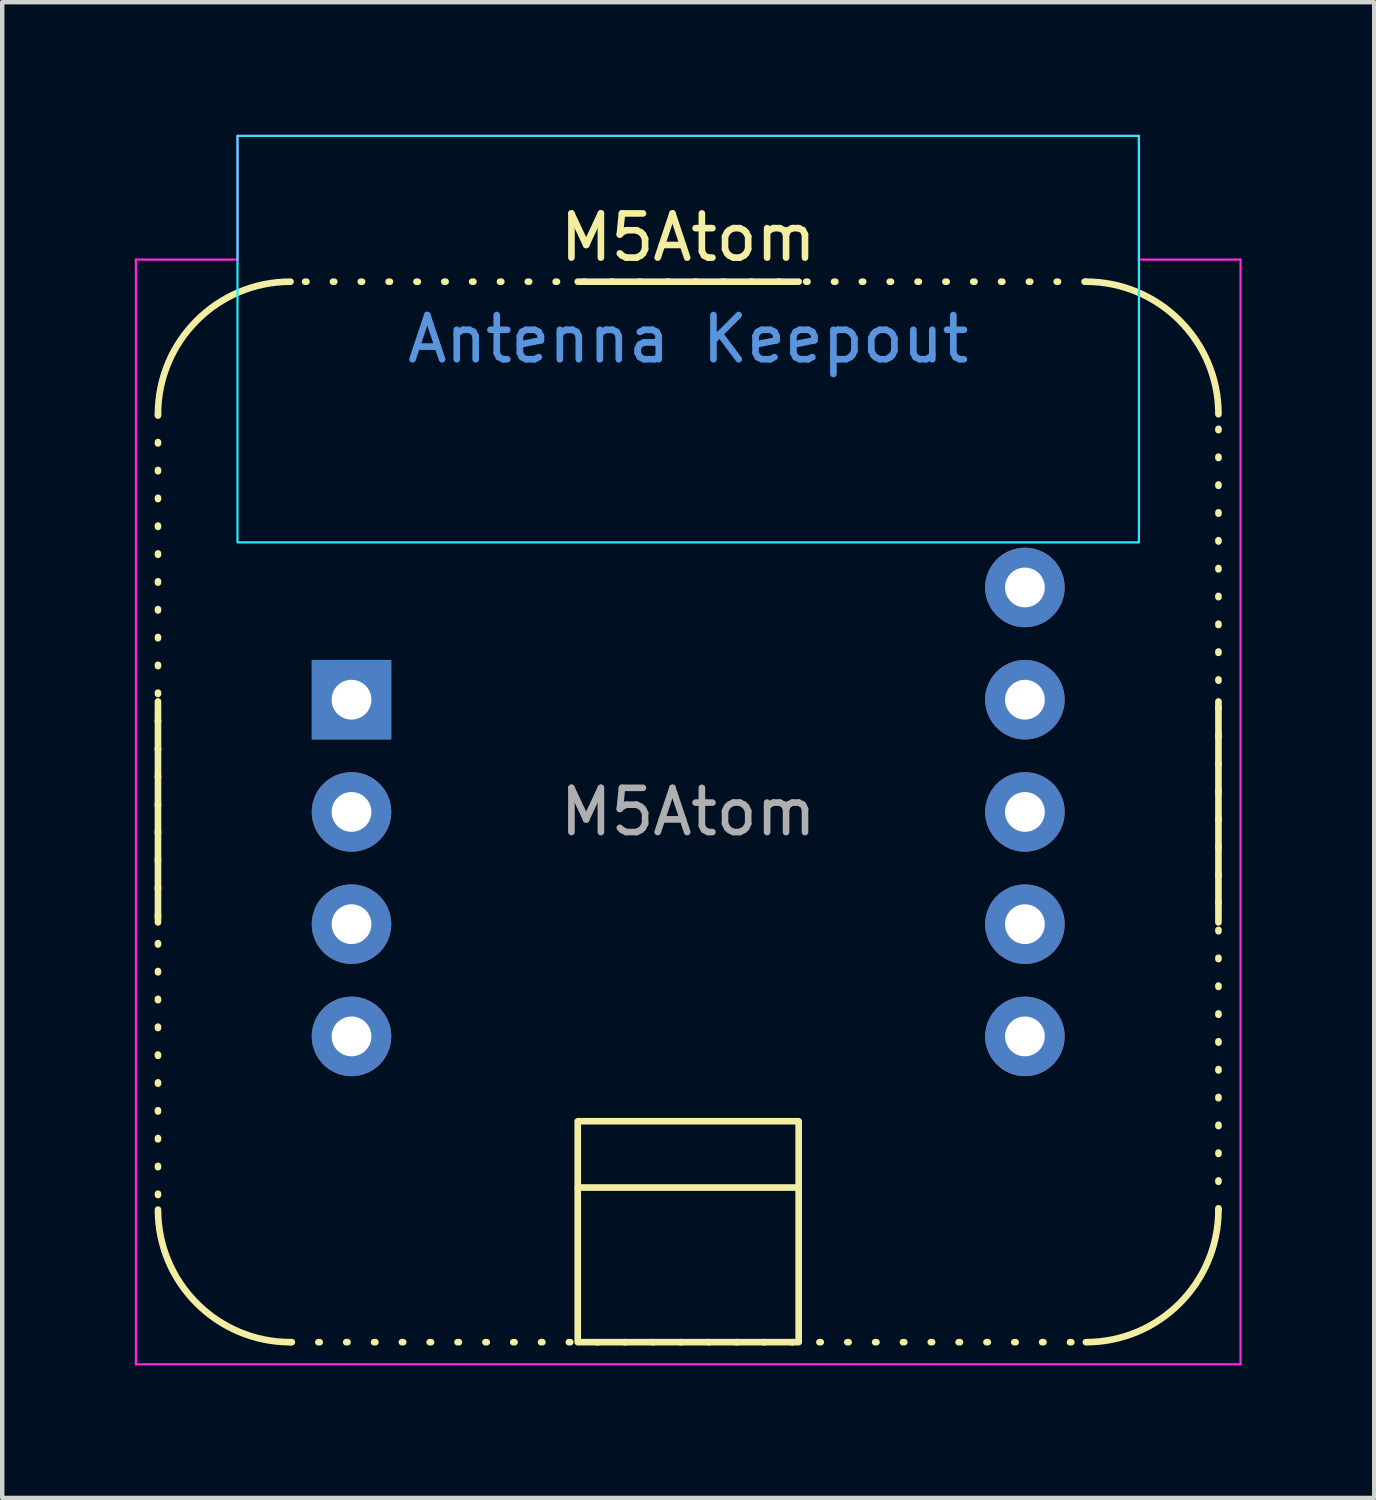
<source format=kicad_pcb>
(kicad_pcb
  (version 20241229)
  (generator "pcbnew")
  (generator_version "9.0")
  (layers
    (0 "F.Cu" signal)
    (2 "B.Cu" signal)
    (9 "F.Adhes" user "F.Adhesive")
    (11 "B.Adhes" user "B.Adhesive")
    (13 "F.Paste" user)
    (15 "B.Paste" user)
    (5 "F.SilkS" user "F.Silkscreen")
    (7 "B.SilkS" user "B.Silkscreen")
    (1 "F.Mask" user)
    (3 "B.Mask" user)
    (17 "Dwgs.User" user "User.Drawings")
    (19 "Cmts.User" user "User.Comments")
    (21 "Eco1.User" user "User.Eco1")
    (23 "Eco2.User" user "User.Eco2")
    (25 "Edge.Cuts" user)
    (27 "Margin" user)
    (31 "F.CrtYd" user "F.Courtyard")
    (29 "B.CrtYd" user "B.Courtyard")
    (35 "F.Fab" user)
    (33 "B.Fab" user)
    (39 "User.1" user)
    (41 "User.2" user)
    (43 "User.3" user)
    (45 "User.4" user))
  (footprint "M5Atom"
    (layer "F.Cu")
    (at 12.525 15.325)
    (property "Reference" "M5Atom" (at 0 -13 0) (unlocked yes) (layer "F.SilkS") (effects (font (size 1 1) (thickness 0.15))))
    (attr through_hole)
    (fp_line (start -12 -9) (end -12 9) (stroke (width 0.15) (type dot)) (layer "F.SilkS"))
    (fp_line (start -12 2.5) (end -12 -2.5) (stroke (width 0.15) (type default)) (layer "F.SilkS"))
    (fp_line (start -9 12) (end 9 12) (stroke (width 0.15) (type dot)) (layer "F.SilkS"))
    (fp_line (start -2.5 -12) (end 2.5 -12) (stroke (width 0.15) (type default)) (layer "F.SilkS"))
    (fp_line (start -2.5 8.5) (end 2.5 8.5) (stroke (width 0.15) (type default)) (layer "F.SilkS"))
    (fp_line (start 9 -12) (end -9 -12) (stroke (width 0.15) (type dot)) (layer "F.SilkS"))
    (fp_line (start 12 2.5) (end 12 -2.5) (stroke (width 0.15) (type default)) (layer "F.SilkS"))
    (fp_line (start 12 9) (end 12 -9) (stroke (width 0.15) (type dot)) (layer "F.SilkS"))
    (fp_rect (start -2.5 7) (end 2.5 12) (stroke (width 0.15) (type default)) (fill no) (layer "F.SilkS"))
    (fp_arc (start -12 -9) (mid -11.12132 -11.12132) (end -9 -12) (stroke (width 0.15) (type default)) (layer "F.SilkS"))
    (fp_arc (start -9 12) (mid -11.12132 11.12132) (end -12 9) (stroke (width 0.15) (type default)) (layer "F.SilkS"))
    (fp_arc (start 9 -12) (mid 11.12132 -11.12132) (end 12 -9) (stroke (width 0.15) (type default)) (layer "F.SilkS"))
    (fp_arc (start 12 9) (mid 11.12132 11.12132) (end 9 12) (stroke (width 0.15) (type default)) (layer "F.SilkS"))
    (fp_rect (start 10.2 -6.1) (end -10.2 -15.3) (stroke (width 0.05) (type default)) (fill no) (layer "B.CrtYd"))
    (fp_line (start -12.5 -12.5) (end -10.2 -12.5) (stroke (width 0.05) (type default)) (layer "F.CrtYd"))
    (fp_line (start -12.5 12.5) (end -12.5 -12.5) (stroke (width 0.05) (type default)) (layer "F.CrtYd"))
    (fp_line (start -10.2 -15.3) (end 10.2 -15.3) (stroke (width 0.05) (type default)) (layer "F.CrtYd"))
    (fp_line (start -10.2 -12.5) (end -10.2 -15.3) (stroke (width 0.05) (type default)) (layer "F.CrtYd"))
    (fp_line (start 10.2 -15.3) (end 10.2 -12.5) (stroke (width 0.05) (type default)) (layer "F.CrtYd"))
    (fp_line (start 10.2 -12.5) (end 12.5 -12.5) (stroke (width 0.05) (type default)) (layer "F.CrtYd"))
    (fp_line (start 12.5 -12.5) (end 12.5 12.5) (stroke (width 0.05) (type default)) (layer "F.CrtYd"))
    (fp_line (start 12.5 12.5) (end -12.5 12.5) (stroke (width 0.05) (type default)) (layer "F.CrtYd"))
    (fp_text user "Antenna Keepout" (at 0 -10.7 0) (unlocked yes) (layer "Cmts.User") (effects (font (size 1 1) (thickness 0.15))))
    (fp_text user "${REFERENCE}" (at 0 0 0) (unlocked yes) (layer "F.Fab") (effects (font (size 1 1) (thickness 0.15))))
    (pad "1" thru_hole rect (at -7.62 -2.54) (size 1.8 1.8) (drill 0.9) (layers "*.Cu" "*.Mask"))
    (pad "2" thru_hole circle (at -7.62 0) (size 1.8 1.8) (drill 0.9) (layers "*.Cu" "*.Mask"))
    (pad "3" thru_hole circle (at -7.62 2.54) (size 1.8 1.8) (drill 0.9) (layers "*.Cu" "*.Mask"))
    (pad "4" thru_hole circle (at -7.62 5.08) (size 1.8 1.8) (drill 0.9) (layers "*.Cu" "*.Mask"))
    (pad "5" thru_hole circle (at 7.62 5.08) (size 1.8 1.8) (drill 0.9) (layers "*.Cu" "*.Mask"))
    (pad "6" thru_hole circle (at 7.62 2.54) (size 1.8 1.8) (drill 0.9) (layers "*.Cu" "*.Mask"))
    (pad "7" thru_hole circle (at 7.62 0) (size 1.8 1.8) (drill 0.9) (layers "*.Cu" "*.Mask"))
    (pad "8" thru_hole circle (at 7.62 -2.54) (size 1.8 1.8) (drill 0.9) (layers "*.Cu" "*.Mask"))
    (pad "9" thru_hole circle (at 7.62 -5.08) (size 1.8 1.8) (drill 0.9) (layers "*.Cu" "*.Mask"))
    (zone (net_name "") (layers "F.Cu" "B.Cu") (name "Antenna Keepout") (hatch full 0.5) (connect_pads) (min_thickness 0.25) (filled_areas_thickness no) (keepout (tracks not_allowed) (vias not_allowed) (pads not_allowed) (copperpour not_allowed) (footprints not_allowed)) (placement (enabled no)) (fill) (polygon (pts (xy 2.325 0.025) (xy 2.325 9.225) (xy 22.725 9.225) (xy 22.725 0.025)))))
  (gr_rect
    (start -3 -3)
    (end 28.05 30.85)
    (stroke (width 0.1) (type default))
    (fill no)
    (layer "Edge.Cuts")))
</source>
